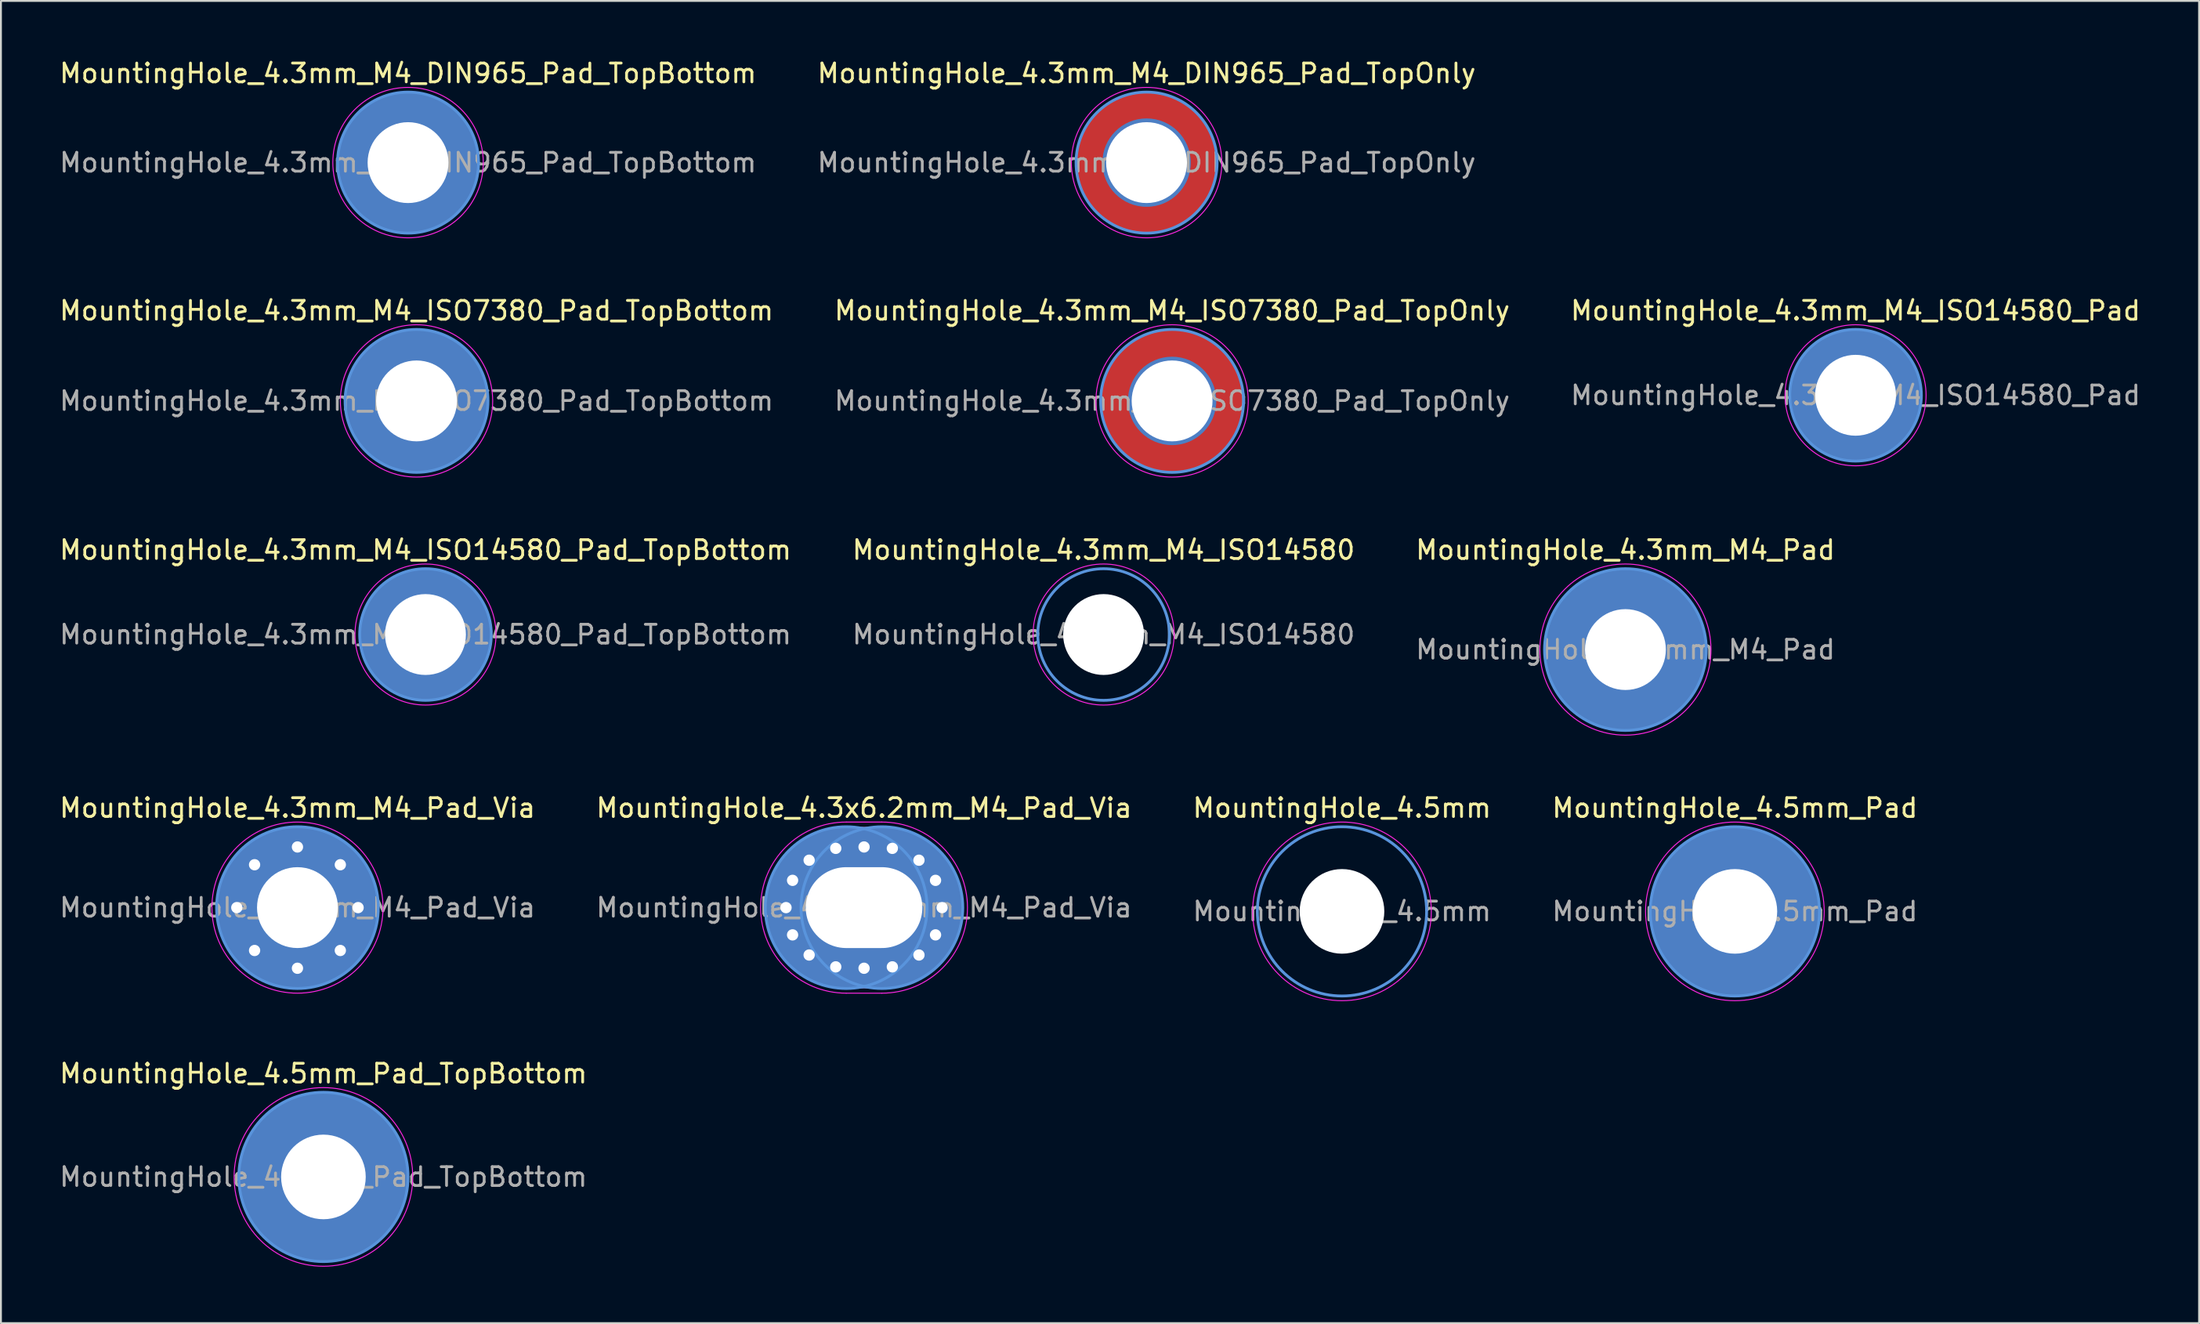
<source format=kicad_pcb>
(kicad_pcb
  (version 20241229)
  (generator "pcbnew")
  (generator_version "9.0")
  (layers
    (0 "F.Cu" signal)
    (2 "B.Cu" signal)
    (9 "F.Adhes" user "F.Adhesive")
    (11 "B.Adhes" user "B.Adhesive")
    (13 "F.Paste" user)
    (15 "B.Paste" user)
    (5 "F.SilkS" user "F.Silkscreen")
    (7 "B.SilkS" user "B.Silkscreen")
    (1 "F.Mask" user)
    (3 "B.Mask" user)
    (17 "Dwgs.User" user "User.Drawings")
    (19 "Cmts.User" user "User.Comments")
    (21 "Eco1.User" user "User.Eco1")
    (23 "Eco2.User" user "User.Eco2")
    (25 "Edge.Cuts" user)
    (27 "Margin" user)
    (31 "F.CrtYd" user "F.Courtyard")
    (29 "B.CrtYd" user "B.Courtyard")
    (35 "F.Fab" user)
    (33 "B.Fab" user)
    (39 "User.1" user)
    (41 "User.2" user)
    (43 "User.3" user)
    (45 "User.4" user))
  (footprint "MountingHole_4.3mm_M4_ISO14580_Pad_TopBottom"
    (layer "F.Cu")
    (at 19.577 30.695)
    (property "Reference" "MountingHole_4.3mm_M4_ISO14580_Pad_TopBottom" (at 0 -4.5 0) (layer "F.SilkS") (effects (font (size 1 1) (thickness 0.15))))
    (attr exclude_from_pos_files exclude_from_bom)
    (fp_circle (center 0 0) (end 3.5 0) (stroke (width 0.15) (type solid)) (fill no) (layer "Cmts.User"))
    (fp_circle (center 0 0) (end 3.75 0) (stroke (width 0.05) (type solid)) (fill no) (layer "F.CrtYd"))
    (fp_text user "${REFERENCE}" (at 0 0 0) (layer "F.Fab") (effects (font (size 1 1) (thickness 0.15))))
    (pad "1" thru_hole circle (at 0 0) (size 4.7 4.7) (drill 4.3) (layers "*.Cu" "*.Mask"))
    (pad "1" connect circle (at 0 0) (size 7 7) (layers "F.Cu" "F.Mask"))
    (pad "1" connect circle (at 0 0) (size 7 7) (layers "B.Cu" "B.Mask")))
  (footprint "MountingHole_4.5mm_Pad"
    (layer "F.Cu")
    (at 89.208 45.418)
    (property "Reference" "MountingHole_4.5mm_Pad" (at 0 -5.5 0) (layer "F.SilkS") (effects (font (size 1 1) (thickness 0.15))))
    (attr exclude_from_pos_files exclude_from_bom)
    (fp_circle (center 0 0) (end 4.5 0) (stroke (width 0.15) (type solid)) (fill no) (layer "Cmts.User"))
    (fp_circle (center 0 0) (end 4.75 0) (stroke (width 0.05) (type solid)) (fill no) (layer "F.CrtYd"))
    (fp_text user "${REFERENCE}" (at 0 0 0) (layer "F.Fab") (effects (font (size 1 1) (thickness 0.15))))
    (pad "1" thru_hole circle (at 0 0) (size 9 9) (drill 4.5) (layers "*.Cu" "*.Mask")))
  (footprint "MountingHole_4.5mm_Pad_TopBottom"
    (layer "F.Cu")
    (at 14.149 59.541)
    (property "Reference" "MountingHole_4.5mm_Pad_TopBottom" (at 0 -5.5 0) (layer "F.SilkS") (effects (font (size 1 1) (thickness 0.15))))
    (attr exclude_from_pos_files exclude_from_bom)
    (fp_circle (center 0 0) (end 4.5 0) (stroke (width 0.15) (type solid)) (fill no) (layer "Cmts.User"))
    (fp_circle (center 0 0) (end 4.75 0) (stroke (width 0.05) (type solid)) (fill no) (layer "F.CrtYd"))
    (fp_text user "${REFERENCE}" (at 0 0 0) (layer "F.Fab") (effects (font (size 1 1) (thickness 0.15))))
    (pad "1" thru_hole circle (at 0 0) (size 4.9 4.9) (drill 4.5) (layers "*.Cu" "*.Mask"))
    (pad "1" connect circle (at 0 0) (size 9 9) (layers "F.Cu" "F.Mask"))
    (pad "1" connect circle (at 0 0) (size 9 9) (layers "B.Cu" "B.Mask")))
  (footprint "MountingHole_4.3mm_M4_ISO7380_Pad_TopOnly"
    (layer "F.Cu")
    (at 59.28 18.271)
    (property "Reference" "MountingHole_4.3mm_M4_ISO7380_Pad_TopOnly" (at 0 -4.8 0) (layer "F.SilkS") (effects (font (size 1 1) (thickness 0.15))))
    (attr exclude_from_pos_files exclude_from_bom)
    (fp_circle (center 0 0) (end 3.8 0) (stroke (width 0.15) (type solid)) (fill no) (layer "Cmts.User"))
    (fp_circle (center 0 0) (end 4.05 0) (stroke (width 0.05) (type solid)) (fill no) (layer "F.CrtYd"))
    (fp_text user "${REFERENCE}" (at 0 0 0) (layer "F.Fab") (effects (font (size 1 1) (thickness 0.15))))
    (pad "1" thru_hole circle (at 0 0) (size 4.7 4.7) (drill 4.3) (layers "*.Cu" "*.Mask"))
    (pad "1" connect circle (at 0 0) (size 7.6 7.6) (layers "F.Cu" "F.Mask")))
  (footprint "MountingHole_4.3mm_M4_DIN965_Pad_TopBottom"
    (layer "F.Cu")
    (at 18.649 5.598)
    (property "Reference" "MountingHole_4.3mm_M4_DIN965_Pad_TopBottom" (at 0 -4.75 0) (layer "F.SilkS") (effects (font (size 1 1) (thickness 0.15))))
    (attr exclude_from_pos_files exclude_from_bom)
    (fp_circle (center 0 0) (end 3.75 0) (stroke (width 0.15) (type solid)) (fill no) (layer "Cmts.User"))
    (fp_circle (center 0 0) (end 4 0) (stroke (width 0.05) (type solid)) (fill no) (layer "F.CrtYd"))
    (fp_text user "${REFERENCE}" (at 0 0 0) (layer "F.Fab") (effects (font (size 1 1) (thickness 0.15))))
    (pad "1" thru_hole circle (at 0 0) (size 4.7 4.7) (drill 4.3) (layers "*.Cu" "*.Mask"))
    (pad "1" connect circle (at 0 0) (size 7.5 7.5) (layers "F.Cu" "F.Mask"))
    (pad "1" connect circle (at 0 0) (size 7.5 7.5) (layers "B.Cu" "B.Mask")))
  (footprint "MountingHole_4.3mm_M4_DIN965_Pad_TopOnly"
    (layer "F.Cu")
    (at 57.923 5.598)
    (property "Reference" "MountingHole_4.3mm_M4_DIN965_Pad_TopOnly" (at 0 -4.75 0) (layer "F.SilkS") (effects (font (size 1 1) (thickness 0.15))))
    (attr exclude_from_pos_files exclude_from_bom)
    (fp_circle (center 0 0) (end 3.75 0) (stroke (width 0.15) (type solid)) (fill no) (layer "Cmts.User"))
    (fp_circle (center 0 0) (end 4 0) (stroke (width 0.05) (type solid)) (fill no) (layer "F.CrtYd"))
    (fp_text user "${REFERENCE}" (at 0 0 0) (layer "F.Fab") (effects (font (size 1 1) (thickness 0.15))))
    (pad "1" thru_hole circle (at 0 0) (size 4.7 4.7) (drill 4.3) (layers "*.Cu" "*.Mask"))
    (pad "1" connect circle (at 0 0) (size 7.5 7.5) (layers "F.Cu" "F.Mask")))
  (footprint "MountingHole_4.3mm_M4_ISO14580"
    (layer "F.Cu")
    (at 55.637 30.695)
    (property "Reference" "MountingHole_4.3mm_M4_ISO14580" (at 0 -4.5 0) (layer "F.SilkS") (effects (font (size 1 1) (thickness 0.15))))
    (attr exclude_from_pos_files exclude_from_bom)
    (fp_circle (center 0 0) (end 3.5 0) (stroke (width 0.15) (type solid)) (fill no) (layer "Cmts.User"))
    (fp_circle (center 0 0) (end 3.75 0) (stroke (width 0.05) (type solid)) (fill no) (layer "F.CrtYd"))
    (fp_text user "${REFERENCE}" (at 0 0 0) (layer "F.Fab") (effects (font (size 1 1) (thickness 0.15))))
    (pad "" np_thru_hole circle (at 0 0) (size 4.3 4.3) (drill 4.3) (layers "*.Cu" "*.Mask")))
  (footprint "MountingHole_4.3mm_M4_ISO7380_Pad_TopBottom"
    (layer "F.Cu")
    (at 19.101 18.271)
    (property "Reference" "MountingHole_4.3mm_M4_ISO7380_Pad_TopBottom" (at 0 -4.8 0) (layer "F.SilkS") (effects (font (size 1 1) (thickness 0.15))))
    (attr exclude_from_pos_files exclude_from_bom)
    (fp_circle (center 0 0) (end 3.8 0) (stroke (width 0.15) (type solid)) (fill no) (layer "Cmts.User"))
    (fp_circle (center 0 0) (end 4.05 0) (stroke (width 0.05) (type solid)) (fill no) (layer "F.CrtYd"))
    (fp_text user "${REFERENCE}" (at 0 0 0) (layer "F.Fab") (effects (font (size 1 1) (thickness 0.15))))
    (pad "1" thru_hole circle (at 0 0) (size 4.7 4.7) (drill 4.3) (layers "*.Cu" "*.Mask"))
    (pad "1" connect circle (at 0 0) (size 7.6 7.6) (layers "F.Cu" "F.Mask"))
    (pad "1" connect circle (at 0 0) (size 7.6 7.6) (layers "B.Cu" "B.Mask")))
  (footprint "MountingHole_4.3mm_M4_ISO14580_Pad"
    (layer "F.Cu")
    (at 95.625 17.971)
    (property "Reference" "MountingHole_4.3mm_M4_ISO14580_Pad" (at 0 -4.5 0) (layer "F.SilkS") (effects (font (size 1 1) (thickness 0.15))))
    (attr exclude_from_pos_files exclude_from_bom)
    (fp_circle (center 0 0) (end 3.5 0) (stroke (width 0.15) (type solid)) (fill no) (layer "Cmts.User"))
    (fp_circle (center 0 0) (end 3.75 0) (stroke (width 0.05) (type solid)) (fill no) (layer "F.CrtYd"))
    (fp_text user "${REFERENCE}" (at 0 0 0) (layer "F.Fab") (effects (font (size 1 1) (thickness 0.15))))
    (pad "1" thru_hole circle (at 0 0) (size 7 7) (drill 4.3) (layers "*.Cu" "*.Mask")))
  (footprint "MountingHole_4.3mm_M4_Pad"
    (layer "F.Cu")
    (at 83.387 31.495)
    (property "Reference" "MountingHole_4.3mm_M4_Pad" (at 0 -5.3 0) (layer "F.SilkS") (effects (font (size 1 1) (thickness 0.15))))
    (attr exclude_from_pos_files exclude_from_bom)
    (fp_circle (center 0 0) (end 4.3 0) (stroke (width 0.15) (type solid)) (fill no) (layer "Cmts.User"))
    (fp_circle (center 0 0) (end 4.55 0) (stroke (width 0.05) (type solid)) (fill no) (layer "F.CrtYd"))
    (fp_text user "${REFERENCE}" (at 0 0 0) (layer "F.Fab") (effects (font (size 1 1) (thickness 0.15))))
    (pad "1" thru_hole circle (at 0 0) (size 8.6 8.6) (drill 4.3) (layers "*.Cu" "*.Mask")))
  (footprint "MountingHole_4.5mm"
    (layer "F.Cu")
    (at 68.315 45.418)
    (property "Reference" "MountingHole_4.5mm" (at 0 -5.5 0) (layer "F.SilkS") (effects (font (size 1 1) (thickness 0.15))))
    (attr exclude_from_pos_files exclude_from_bom)
    (fp_circle (center 0 0) (end 4.5 0) (stroke (width 0.15) (type solid)) (fill no) (layer "Cmts.User"))
    (fp_circle (center 0 0) (end 4.75 0) (stroke (width 0.05) (type solid)) (fill no) (layer "F.CrtYd"))
    (fp_text user "${REFERENCE}" (at 0 0 0) (layer "F.Fab") (effects (font (size 1 1) (thickness 0.15))))
    (pad "" np_thru_hole circle (at 0 0) (size 4.5 4.5) (drill 4.5) (layers "*.Cu" "*.Mask")))
  (footprint "MountingHole_4.3mm_M4_Pad_Via"
    (layer "F.Cu")
    (at 12.768 45.218)
    (property "Reference" "MountingHole_4.3mm_M4_Pad_Via" (at 0 -5.3 0) (layer "F.SilkS") (effects (font (size 1 1) (thickness 0.15))))
    (attr exclude_from_pos_files exclude_from_bom)
    (fp_circle (center 0 0) (end 4.3 0) (stroke (width 0.15) (type solid)) (fill no) (layer "Cmts.User"))
    (fp_circle (center 0 0) (end 4.55 0) (stroke (width 0.05) (type solid)) (fill no) (layer "F.CrtYd"))
    (fp_text user "${REFERENCE}" (at 0 0 0) (layer "F.Fab") (effects (font (size 1 1) (thickness 0.15))))
    (pad "1" thru_hole circle (at -3.225 0) (size 0.9 0.9) (drill 0.6) (layers "*.Cu" "*.Mask"))
    (pad "1" thru_hole circle (at -2.28 -2.28) (size 0.9 0.9) (drill 0.6) (layers "*.Cu" "*.Mask"))
    (pad "1" thru_hole circle (at -2.28 2.28) (size 0.9 0.9) (drill 0.6) (layers "*.Cu" "*.Mask"))
    (pad "1" thru_hole circle (at 0 -3.225) (size 0.9 0.9) (drill 0.6) (layers "*.Cu" "*.Mask"))
    (pad "1" thru_hole circle (at 0 0) (size 8.6 8.6) (drill 4.3) (layers "*.Cu" "*.Mask"))
    (pad "1" thru_hole circle (at 0 3.225) (size 0.9 0.9) (drill 0.6) (layers "*.Cu" "*.Mask"))
    (pad "1" thru_hole circle (at 2.28 -2.28) (size 0.9 0.9) (drill 0.6) (layers "*.Cu" "*.Mask"))
    (pad "1" thru_hole circle (at 2.28 2.28) (size 0.9 0.9) (drill 0.6) (layers "*.Cu" "*.Mask"))
    (pad "1" thru_hole circle (at 3.225 0) (size 0.9 0.9) (drill 0.6) (layers "*.Cu" "*.Mask")))
  (footprint "MountingHole_4.3x6.2mm_M4_Pad_Via"
    (layer "F.Cu")
    (at 42.899 45.218)
    (property "Reference" "MountingHole_4.3x6.2mm_M4_Pad_Via" (at 0 -5.3 0) (layer "F.SilkS") (effects (font (size 1 1) (thickness 0.15))))
    (attr exclude_from_pos_files exclude_from_bom)
    (fp_circle (center -0.95 0) (end 3.35 0) (stroke (width 0.15) (type solid)) (fill no) (layer "Cmts.User"))
    (fp_circle (center 0.95 0) (end 5.25 0) (stroke (width 0.15) (type solid)) (fill no) (layer "Cmts.User"))
    (fp_line (start -0.95 -4.55) (end 0.95 -4.55) (stroke (width 0.05) (type solid)) (layer "F.CrtYd"))
    (fp_line (start 0.95 4.55) (end -0.95 4.55) (stroke (width 0.05) (type solid)) (layer "F.CrtYd"))
    (fp_arc (start -0.95 4.55) (mid -5.5 0) (end -0.95 -4.55) (stroke (width 0.05) (type solid)) (layer "F.CrtYd"))
    (fp_arc (start 0.95 -4.55) (mid 5.5 0) (end 0.95 4.55) (stroke (width 0.05) (type solid)) (layer "F.CrtYd"))
    (fp_text user "${REFERENCE}" (at 0 0 0) (layer "F.Fab") (effects (font (size 1 1) (thickness 0.15))))
    (pad "1" thru_hole circle (at -4.15 0) (size 0.9 0.9) (drill 0.6) (layers "*.Cu" "*.Mask"))
    (pad "1" thru_hole circle (at -3.801 -1.45) (size 0.9 0.9) (drill 0.6) (layers "*.Cu" "*.Mask"))
    (pad "1" thru_hole circle (at -3.801 1.45) (size 0.9 0.9) (drill 0.6) (layers "*.Cu" "*.Mask"))
    (pad "1" thru_hole circle (at -2.92 -2.521) (size 0.9 0.9) (drill 0.6) (layers "*.Cu" "*.Mask"))
    (pad "1" thru_hole circle (at -2.92 2.521) (size 0.9 0.9) (drill 0.6) (layers "*.Cu" "*.Mask"))
    (pad "1" thru_hole circle (at -1.505 -3.151) (size 0.9 0.9) (drill 0.6) (layers "*.Cu" "*.Mask"))
    (pad "1" thru_hole circle (at -1.505 3.151) (size 0.9 0.9) (drill 0.6) (layers "*.Cu" "*.Mask"))
    (pad "1" thru_hole circle (at 0 -3.225) (size 0.9 0.9) (drill 0.6) (layers "*.Cu" "*.Mask"))
    (pad "1" thru_hole oval (at 0 0) (size 10.4 8.6) (drill oval 6.2 4.3) (layers "*.Cu" "*.Mask"))
    (pad "1" thru_hole circle (at 0 3.225) (size 0.9 0.9) (drill 0.6) (layers "*.Cu" "*.Mask"))
    (pad "1" thru_hole circle (at 1.505 -3.151) (size 0.9 0.9) (drill 0.6) (layers "*.Cu" "*.Mask"))
    (pad "1" thru_hole circle (at 1.505 3.151) (size 0.9 0.9) (drill 0.6) (layers "*.Cu" "*.Mask"))
    (pad "1" thru_hole circle (at 2.92 -2.521) (size 0.9 0.9) (drill 0.6) (layers "*.Cu" "*.Mask"))
    (pad "1" thru_hole circle (at 2.92 2.521) (size 0.9 0.9) (drill 0.6) (layers "*.Cu" "*.Mask"))
    (pad "1" thru_hole circle (at 3.801 -1.45) (size 0.9 0.9) (drill 0.6) (layers "*.Cu" "*.Mask"))
    (pad "1" thru_hole circle (at 3.801 1.45) (size 0.9 0.9) (drill 0.6) (layers "*.Cu" "*.Mask"))
    (pad "1" thru_hole circle (at 4.15 0) (size 0.9 0.9) (drill 0.6) (layers "*.Cu" "*.Mask")))
  (gr_rect
    (start -3 -3)
    (end 113.893 67.316)
    (stroke (width 0.1) (type default))
    (fill no)
    (layer "Edge.Cuts")))
</source>
